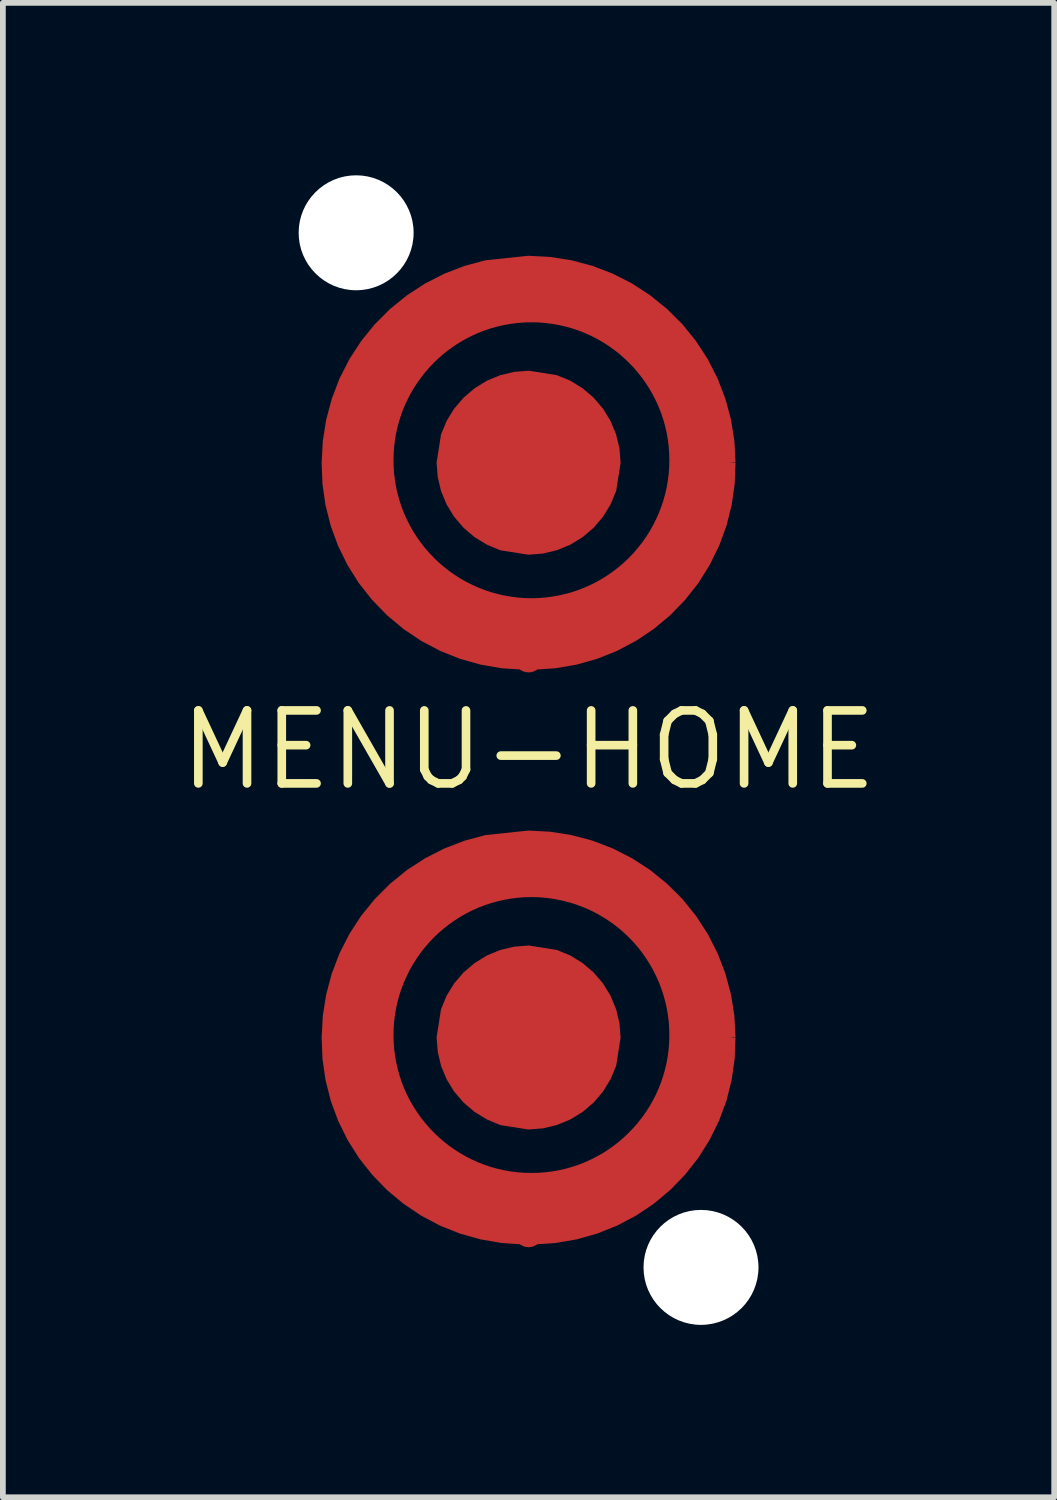
<source format=kicad_pcb>
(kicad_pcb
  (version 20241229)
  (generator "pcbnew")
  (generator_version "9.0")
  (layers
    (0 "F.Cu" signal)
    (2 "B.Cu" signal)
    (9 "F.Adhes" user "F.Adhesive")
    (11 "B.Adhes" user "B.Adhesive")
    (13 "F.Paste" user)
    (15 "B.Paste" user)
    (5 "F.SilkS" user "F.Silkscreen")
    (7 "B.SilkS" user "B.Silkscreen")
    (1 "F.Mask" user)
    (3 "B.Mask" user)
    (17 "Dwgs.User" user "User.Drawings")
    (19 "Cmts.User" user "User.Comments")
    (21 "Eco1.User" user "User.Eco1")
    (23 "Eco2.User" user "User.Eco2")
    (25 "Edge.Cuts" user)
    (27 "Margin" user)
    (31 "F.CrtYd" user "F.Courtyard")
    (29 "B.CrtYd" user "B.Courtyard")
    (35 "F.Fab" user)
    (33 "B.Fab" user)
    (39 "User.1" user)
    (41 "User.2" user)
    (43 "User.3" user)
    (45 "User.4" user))
  (footprint "MENU-HOME"
    (layer "F.Cu")
    (at 6.146 10)
    (property "Reference" "MENU-HOME" (at 0 0 0) (layer "F.SilkS") (effects (font (size 1.27 1.27) (thickness 0.15))))
    (fp_poly (pts (xy 0.402 -9.08) (xy 0.8 -9.021) (xy 1.19 -8.924) (xy 1.569 -8.788) (xy 1.933 -8.616) (xy 2.278 -8.409) (xy 2.601 -8.169) (xy 2.899 -7.899) (xy 3.169 -7.601) (xy 3.409 -7.278) (xy 3.616 -6.933) (xy 3.788 -6.569) (xy 3.924 -6.19) (xy 4.022 -5.798) (xy 4.1 -5.002) (xy 4.08 -4.598) (xy 4.021 -4.2) (xy 3.924 -3.81) (xy 3.788 -3.431) (xy 3.616 -3.067) (xy 3.409 -2.722) (xy 3.169 -2.399) (xy 2.899 -2.101) (xy 2.601 -1.831) (xy 2.278 -1.591) (xy 1.933 -1.384) (xy 1.569 -1.212) (xy 1.19 -1.076) (xy 0.798 -0.978) (xy 0.002 -0.9) (xy -0.402 -0.92) (xy -0.8 -0.979) (xy -1.19 -1.076) (xy -1.569 -1.212) (xy -1.933 -1.384) (xy -2.278 -1.591) (xy -2.601 -1.831) (xy -2.899 -2.101) (xy -3.169 -2.399) (xy -3.409 -2.722) (xy -3.616 -3.067) (xy -3.788 -3.431) (xy -3.924 -3.81) (xy -4.022 -4.202) (xy -4.1 -4.998) (xy -4.08 -5.402) (xy -4.021 -5.8) (xy -3.924 -6.19) (xy -3.788 -6.569) (xy -3.616 -6.933) (xy -3.409 -7.278) (xy -3.169 -7.601) (xy -2.899 -7.899) (xy -2.601 -8.169) (xy -2.278 -8.409) (xy -1.933 -8.616) (xy -1.569 -8.788) (xy -1.19 -8.924) (xy -0.798 -9.022) (xy -0.002 -9.1)) (stroke (width 0) (type default)) (fill yes) (layer "F.Mask"))
    (fp_poly (pts (xy 0.402 0.92) (xy 0.8 0.979) (xy 1.19 1.076) (xy 1.569 1.212) (xy 1.933 1.384) (xy 2.278 1.591) (xy 2.601 1.831) (xy 2.899 2.101) (xy 3.169 2.399) (xy 3.409 2.722) (xy 3.616 3.067) (xy 3.788 3.431) (xy 3.924 3.81) (xy 4.022 4.202) (xy 4.1 4.998) (xy 4.08 5.402) (xy 4.021 5.8) (xy 3.924 6.19) (xy 3.788 6.569) (xy 3.616 6.933) (xy 3.409 7.278) (xy 3.169 7.601) (xy 2.899 7.899) (xy 2.601 8.169) (xy 2.278 8.409) (xy 1.933 8.616) (xy 1.569 8.788) (xy 1.19 8.924) (xy 0.798 9.022) (xy 0.002 9.1) (xy -0.402 9.08) (xy -0.8 9.021) (xy -1.19 8.924) (xy -1.569 8.788) (xy -1.933 8.616) (xy -2.278 8.409) (xy -2.601 8.169) (xy -2.899 7.899) (xy -3.169 7.601) (xy -3.409 7.278) (xy -3.616 6.933) (xy -3.788 6.569) (xy -3.924 6.19) (xy -4.022 5.798) (xy -4.1 5.002) (xy -4.08 4.598) (xy -4.021 4.2) (xy -3.924 3.81) (xy -3.788 3.431) (xy -3.616 3.067) (xy -3.409 2.722) (xy -3.169 2.399) (xy -2.899 2.101) (xy -2.601 1.831) (xy -2.278 1.591) (xy -1.933 1.384) (xy -1.569 1.212) (xy -1.19 1.076) (xy -0.798 0.978) (xy -0.002 0.9)) (stroke (width 0) (type default)) (fill yes) (layer "F.Mask"))
    (pad "" np_thru_hole circle (at -3 -9) (size 2 2) (drill 2) (layers "*.Cu" "*.Mask"))
    (pad "" np_thru_hole circle (at 3 9) (size 2 2) (drill 2) (layers "*.Cu" "*.Mask"))
    (pad "GND3" smd custom (at 0 -1.6 90) (size 0.5 0.5) (layers "F.Cu" "F.Mask") (options (anchor circle)) (primitives (gr_poly (pts (xy -0.25 0) (xy -0.231 -0.096) (xy -0.177 -0.177) (xy -0.096 -0.231) (xy 0 -0.25) (xy 0.096 -0.231) (xy 0.177 -0.177) (xy 0.231 -0.096) (xy 0.25 0) (xy 0.231 0.096) (xy 0.177 0.177) (xy 0.096 0.231) (xy 0 0.25) (xy -0.096 0.231) (xy -0.177 0.177) (xy -0.231 0.096) (xy -0.25 0)) (width 0) (fill yes)) (gr_poly (pts (xy 3.776 -3.58) (xy 4.148 -3.521) (xy 4.512 -3.424) (xy 4.864 -3.289) (xy 5.2 -3.118) (xy 5.516 -2.913) (xy 5.809 -2.675) (xy 6.075 -2.409) (xy 6.312 -2.116) (xy 6.518 -1.8) (xy 6.689 -1.464) (xy 6.824 -1.113) (xy 6.922 -0.746) (xy 7 -0.003) (xy 6.98 0.376) (xy 6.921 0.749) (xy 6.824 1.113) (xy 6.689 1.464) (xy 6.518 1.8) (xy 6.312 2.116) (xy 6.075 2.409) (xy 5.809 2.676) (xy 5.516 2.913) (xy 5.2 3.118) (xy 4.864 3.289) (xy 4.512 3.424) (xy 4.148 3.522) (xy 3.776 3.581) (xy 3.405 3.6) (xy 3.4 3.5) (xy 3.396 3.6) (xy 3.03 3.586) (xy 2.662 3.533) (xy 2.302 3.443) (xy 1.953 3.314) (xy 1.619 3.15) (xy 1.304 2.953) (xy 1.013 2.723) (xy 0.746 2.464) (xy 0.508 2.179) (xy 0.301 1.87) (xy 0.127 1.541) (xy -0.011 1.196) (xy -0.112 0.839) (xy -0.176 0.472) (xy -0.204 0.05) (xy 1.042 0.05) (xy 1.045 0.169) (xy 1.054 0.287) (xy 1.069 0.404) (xy 1.089 0.52) (xy 1.115 0.635) (xy 1.146 0.748) (xy 1.183 0.859) (xy 1.225 0.968) (xy 1.273 1.075) (xy 1.325 1.18) (xy 1.383 1.282) (xy 1.446 1.381) (xy 1.514 1.477) (xy 1.586 1.571) (xy 1.664 1.66) (xy 1.746 1.747) (xy 1.832 1.829) (xy 1.922 1.906) (xy 2.015 1.979) (xy 2.111 2.046) (xy 2.211 2.109) (xy 2.313 2.167) (xy 2.417 2.219) (xy 2.524 2.267) (xy 2.634 2.309) (xy 2.745 2.346) (xy 2.858 2.377) (xy 2.972 2.403) (xy 3.089 2.423) (xy 3.206 2.438) (xy 3.324 2.446) (xy 3.443 2.449) (xy 3.567 2.446) (xy 3.688 2.437) (xy 3.808 2.422) (xy 3.927 2.401) (xy 4.043 2.374) (xy 4.157 2.341) (xy 4.268 2.304) (xy 4.377 2.261) (xy 4.483 2.213) (xy 4.587 2.16) (xy 4.687 2.102) (xy 4.785 2.039) (xy 4.879 1.973) (xy 4.969 1.901) (xy 5.057 1.826) (xy 5.14 1.746) (xy 5.219 1.663) (xy 5.295 1.576) (xy 5.366 1.485) (xy 5.433 1.391) (xy 5.495 1.294) (xy 5.553 1.193) (xy 5.606 1.09) (xy 5.654 0.984) (xy 5.697 0.875) (xy 5.735 0.763) (xy 5.767 0.649) (xy 5.794 0.533) (xy 5.815 0.415) (xy 5.83 0.295) (xy 5.84 0.173) (xy 5.843 0.05) (xy 5.84 -0.074) (xy 5.83 -0.196) (xy 5.815 -0.316) (xy 5.794 -0.434) (xy 5.767 -0.55) (xy 5.735 -0.664) (xy 5.697 -0.776) (xy 5.654 -0.885) (xy 5.606 -0.991) (xy 5.553 -1.094) (xy 5.495 -1.195) (xy 5.433 -1.292) (xy 5.366 -1.386) (xy 5.295 -1.477) (xy 5.219 -1.564) (xy 5.14 -1.647) (xy 5.056 -1.727) (xy 4.969 -1.802) (xy 4.879 -1.873) (xy 4.785 -1.94) (xy 4.687 -2.003) (xy 4.587 -2.061) (xy 4.483 -2.114) (xy 4.377 -2.162) (xy 4.268 -2.205) (xy 4.156 -2.242) (xy 4.043 -2.275) (xy 3.927 -2.302) (xy 3.808 -2.323) (xy 3.688 -2.338) (xy 3.566 -2.347) (xy 3.443 -2.35) (xy 3.443 -2.35) (xy 3.324 -2.347) (xy 3.205 -2.339) (xy 3.088 -2.324) (xy 2.972 -2.304) (xy 2.858 -2.278) (xy 2.745 -2.247) (xy 2.633 -2.21) (xy 2.524 -2.168) (xy 2.417 -2.12) (xy 2.312 -2.068) (xy 2.21 -2.01) (xy 2.111 -1.947) (xy 2.015 -1.879) (xy 1.922 -1.807) (xy 1.832 -1.729) (xy 1.746 -1.647) (xy 1.663 -1.561) (xy 1.586 -1.471) (xy 1.513 -1.378) (xy 1.446 -1.282) (xy 1.383 -1.183) (xy 1.325 -1.08) (xy 1.273 -0.976) (xy 1.225 -0.869) (xy 1.183 -0.76) (xy 1.146 -0.648) (xy 1.115 -0.535) (xy 1.089 -0.421) (xy 1.069 -0.305) (xy 1.054 -0.188) (xy 1.045 -0.069) (xy 1.042 0.05) (xy -0.204 0.05) (xy -0.207 -0.000047) (xy -0.1 -0.000047) (xy -0.1 -0.1) (xy -0.2 -0.106) (xy -0.176 -0.472) (xy -0.112 -0.838) (xy -0.011 -1.196) (xy 0.127 -1.541) (xy 0.301 -1.87) (xy 0.508 -2.178) (xy 0.746 -2.463) (xy 1.013 -2.722) (xy 1.304 -2.952) (xy 1.619 -3.15) (xy 1.953 -3.314) (xy 2.302 -3.442) (xy 2.662 -3.533) (xy 3.03 -3.586) (xy 3.4 -3.6)) (width 0) (fill yes))))
    (pad "GND4" smd custom (at 0 8.4 90) (size 0.5 0.5) (layers "F.Cu" "F.Mask") (options (anchor circle)) (primitives (gr_poly (pts (xy -0.25 0) (xy -0.231 -0.096) (xy -0.177 -0.177) (xy -0.096 -0.231) (xy 0 -0.25) (xy 0.096 -0.231) (xy 0.177 -0.177) (xy 0.231 -0.096) (xy 0.25 0) (xy 0.231 0.096) (xy 0.177 0.177) (xy 0.096 0.231) (xy 0 0.25) (xy -0.096 0.231) (xy -0.177 0.177) (xy -0.231 0.096) (xy -0.25 0)) (width 0) (fill yes)) (gr_poly (pts (xy 3.776 -3.58) (xy 4.148 -3.521) (xy 4.512 -3.424) (xy 4.864 -3.289) (xy 5.2 -3.118) (xy 5.516 -2.913) (xy 5.809 -2.675) (xy 6.075 -2.409) (xy 6.313 -2.116) (xy 6.518 -1.8) (xy 6.689 -1.464) (xy 6.824 -1.113) (xy 6.922 -0.746) (xy 7 -0.003) (xy 6.98 0.376) (xy 6.921 0.749) (xy 6.824 1.113) (xy 6.689 1.464) (xy 6.518 1.8) (xy 6.313 2.116) (xy 6.075 2.409) (xy 5.809 2.676) (xy 5.516 2.913) (xy 5.2 3.118) (xy 4.864 3.289) (xy 4.512 3.424) (xy 4.148 3.522) (xy 3.776 3.581) (xy 3.405 3.6) (xy 3.4 3.5) (xy 3.396 3.6) (xy 3.03 3.586) (xy 2.662 3.533) (xy 2.301 3.443) (xy 1.953 3.314) (xy 1.619 3.15) (xy 1.305 2.953) (xy 1.013 2.723) (xy 0.746 2.464) (xy 0.508 2.179) (xy 0.301 1.87) (xy 0.127 1.541) (xy -0.011 1.196) (xy -0.112 0.839) (xy -0.175 0.472) (xy -0.204 0.05) (xy 1.043 0.05) (xy 1.046 0.173) (xy 1.055 0.295) (xy 1.07 0.415) (xy 1.091 0.533) (xy 1.118 0.649) (xy 1.151 0.763) (xy 1.188 0.875) (xy 1.231 0.984) (xy 1.279 1.09) (xy 1.332 1.193) (xy 1.39 1.294) (xy 1.452 1.391) (xy 1.519 1.485) (xy 1.591 1.576) (xy 1.666 1.663) (xy 1.746 1.746) (xy 1.829 1.826) (xy 1.916 1.901) (xy 2.007 1.973) (xy 2.101 2.04) (xy 2.198 2.102) (xy 2.299 2.16) (xy 2.402 2.213) (xy 2.508 2.261) (xy 2.617 2.304) (xy 2.729 2.341) (xy 2.843 2.374) (xy 2.959 2.401) (xy 3.077 2.422) (xy 3.197 2.437) (xy 3.319 2.446) (xy 3.443 2.449) (xy 3.562 2.446) (xy 3.68 2.438) (xy 3.797 2.423) (xy 3.913 2.403) (xy 4.028 2.377) (xy 4.141 2.346) (xy 4.252 2.309) (xy 4.361 2.267) (xy 4.468 2.219) (xy 4.573 2.167) (xy 4.675 2.109) (xy 4.774 2.046) (xy 4.871 1.979) (xy 4.964 1.906) (xy 5.054 1.829) (xy 5.14 1.747) (xy 5.222 1.66) (xy 5.299 1.571) (xy 5.372 1.477) (xy 5.44 1.381) (xy 5.502 1.282) (xy 5.56 1.18) (xy 5.613 1.075) (xy 5.66 0.968) (xy 5.702 0.859) (xy 5.739 0.748) (xy 5.77 0.635) (xy 5.796 0.52) (xy 5.816 0.404) (xy 5.831 0.287) (xy 5.84 0.169) (xy 5.843 0.05) (xy 5.84 -0.069) (xy 5.831 -0.188) (xy 5.816 -0.305) (xy 5.796 -0.421) (xy 5.77 -0.535) (xy 5.739 -0.648) (xy 5.702 -0.76) (xy 5.66 -0.869) (xy 5.613 -0.976) (xy 5.56 -1.081) (xy 5.502 -1.183) (xy 5.439 -1.282) (xy 5.372 -1.378) (xy 5.299 -1.471) (xy 5.222 -1.561) (xy 5.14 -1.648) (xy 5.053 -1.73) (xy 4.964 -1.807) (xy 4.87 -1.88) (xy 4.774 -1.947) (xy 4.675 -2.01) (xy 4.573 -2.068) (xy 4.468 -2.12) (xy 4.361 -2.168) (xy 4.252 -2.21) (xy 4.141 -2.247) (xy 4.027 -2.278) (xy 3.913 -2.304) (xy 3.797 -2.324) (xy 3.68 -2.339) (xy 3.561 -2.347) (xy 3.442 -2.35) (xy 3.442 -2.35) (xy 3.319 -2.347) (xy 3.197 -2.338) (xy 3.077 -2.323) (xy 2.959 -2.301) (xy 2.843 -2.275) (xy 2.729 -2.242) (xy 2.617 -2.205) (xy 2.508 -2.162) (xy 2.402 -2.114) (xy 2.298 -2.061) (xy 2.198 -2.003) (xy 2.101 -1.94) (xy 2.006 -1.873) (xy 1.916 -1.802) (xy 1.829 -1.727) (xy 1.745 -1.647) (xy 1.666 -1.564) (xy 1.591 -1.477) (xy 1.519 -1.386) (xy 1.452 -1.292) (xy 1.39 -1.195) (xy 1.332 -1.094) (xy 1.279 -0.991) (xy 1.231 -0.884) (xy 1.188 -0.775) (xy 1.15 -0.664) (xy 1.118 -0.55) (xy 1.091 -0.434) (xy 1.07 -0.316) (xy 1.055 -0.196) (xy 1.046 -0.074) (xy 1.043 0.05) (xy -0.204 0.05) (xy -0.207 -0.000047) (xy -0.1 -0.000047) (xy -0.1 -0.1) (xy -0.2 -0.106) (xy -0.175 -0.472) (xy -0.112 -0.838) (xy -0.011 -1.196) (xy 0.127 -1.541) (xy 0.301 -1.87) (xy 0.508 -2.178) (xy 0.746 -2.463) (xy 1.013 -2.722) (xy 1.305 -2.952) (xy 1.619 -3.15) (xy 1.953 -3.314) (xy 2.301 -3.442) (xy 2.662 -3.533) (xy 3.03 -3.586) (xy 3.401 -3.6)) (width 0) (fill yes)) (gr_poly (pts (xy 0.3 0.473) (xy 0.3 -0.473) (xy 0.537 -0.063) (xy 0.537 0.063)) (width 0) (fill yes))))
    (pad "HOME" smd custom (at 0 5 90) (size 0.5 0.5) (layers "F.Cu" "F.Mask") (options (anchor circle)) (primitives (gr_poly (pts (xy -0.25 0) (xy -0.231 -0.096) (xy -0.177 -0.177) (xy -0.096 -0.231) (xy 0 -0.25) (xy 0.096 -0.231) (xy 0.177 -0.177) (xy 0.231 -0.096) (xy 0.25 0) (xy 0.231 0.096) (xy 0.177 0.177) (xy 0.096 0.231) (xy 0 0.25) (xy -0.096 0.231) (xy -0.177 0.177) (xy -0.231 0.096) (xy -0.25 0)) (width 0) (fill yes)) (gr_poly (pts (xy 0.491 -1.523) (xy 0.726 -1.426) (xy 0.94 -1.295) (xy 1.131 -1.131) (xy 1.294 -0.94) (xy 1.426 -0.726) (xy 1.522 -0.494) (xy 1.58 -0.25) (xy 1.6 0.004) (xy 1.523 0.491) (xy 1.426 0.727) (xy 1.294 0.941) (xy 1.131 1.132) (xy 0.94 1.295) (xy 0.726 1.426) (xy 0.494 1.522) (xy 0.25 1.581) (xy -0.004 1.601) (xy -0.491 1.524) (xy -0.727 1.426) (xy -0.941 1.295) (xy -1.132 1.132) (xy -1.295 0.941) (xy -1.426 0.727) (xy -1.522 0.495) (xy -1.581 0.25) (xy -1.601 -0.004) (xy -1.524 -0.491) (xy -1.426 -0.726) (xy -1.295 -0.94) (xy -1.132 -1.131) (xy -0.941 -1.295) (xy -0.727 -1.426) (xy -0.495 -1.522) (xy -0.251 -1.58) (xy 0.004 -1.6)) (width 0) (fill yes))))
    (pad "MENU" smd custom (at 0 -5 90) (size 0.5 0.5) (layers "F.Cu" "F.Mask") (options (anchor circle)) (primitives (gr_poly (pts (xy -0.25 0) (xy -0.231 -0.096) (xy -0.177 -0.177) (xy -0.096 -0.231) (xy 0 -0.25) (xy 0.096 -0.231) (xy 0.177 -0.177) (xy 0.231 -0.096) (xy 0.25 0) (xy 0.231 0.096) (xy 0.177 0.177) (xy 0.096 0.231) (xy 0 0.25) (xy -0.096 0.231) (xy -0.177 0.177) (xy -0.231 0.096) (xy -0.25 0)) (width 0) (fill yes)) (gr_poly (pts (xy 0.491 -1.523) (xy 0.726 -1.426) (xy 0.94 -1.295) (xy 1.131 -1.131) (xy 1.294 -0.94) (xy 1.426 -0.726) (xy 1.522 -0.494) (xy 1.58 -0.25) (xy 1.6 0.004) (xy 1.523 0.491) (xy 1.426 0.727) (xy 1.294 0.941) (xy 1.131 1.132) (xy 0.94 1.295) (xy 0.726 1.426) (xy 0.494 1.522) (xy 0.25 1.581) (xy -0.004 1.601) (xy -0.491 1.524) (xy -0.727 1.426) (xy -0.941 1.295) (xy -1.132 1.132) (xy -1.295 0.941) (xy -1.426 0.727) (xy -1.522 0.495) (xy -1.581 0.25) (xy -1.6 0.004) (xy -1.6 -0.008) (xy -1.524 -0.491) (xy -1.426 -0.726) (xy -1.295 -0.94) (xy -1.132 -1.131) (xy -0.941 -1.295) (xy -0.727 -1.426) (xy -0.495 -1.522) (xy -0.251 -1.58) (xy 0.004 -1.6)) (width 0) (fill yes))))
    (zone (net_name "") (layer "F.Cu") (hatch edge 0.5) (connect_pads) (min_thickness 0.25) (filled_areas_thickness no) (keepout (tracks not_allowed) (vias allowed) (pads allowed) (copperpour not_allowed) (footprints allowed)) (placement (enabled no)) (fill) (polygon (pts (xy 10.696 5) (xy 10.676 4.574) (xy 10.616 4.152) (xy 10.517 3.737) (xy 10.379 3.333) (xy 10.205 2.944) (xy 9.994 2.573) (xy 9.75 2.223) (xy 9.474 1.898) (xy 9.169 1.6) (xy 8.837 1.332) (xy 8.482 1.096) (xy 8.106 0.894) (xy 7.713 0.728) (xy 7.306 0.6) (xy 6.889 0.511) (xy 6.465 0.461) (xy 6.039 0.451) (xy 5.613 0.481) (xy 5.193 0.551) (xy 4.78 0.66) (xy 4.38 0.807) (xy 3.995 0.99) (xy 3.629 1.209) (xy 3.285 1.462) (xy 2.966 1.745) (xy 2.675 2.057) (xy 2.415 2.395) (xy 2.188 2.756) (xy 1.995 3.136) (xy 1.839 3.533) (xy 1.72 3.943) (xy 1.641 4.362) (xy 1.601 4.787) (xy 1.601 5.213) (xy 1.641 5.638) (xy 1.72 6.057) (xy 1.839 6.467) (xy 1.995 6.864) (xy 2.188 7.244) (xy 2.415 7.605) (xy 2.675 7.943) (xy 2.966 8.255) (xy 3.285 8.538) (xy 3.629 8.791) (xy 3.995 9.01) (xy 4.38 9.193) (xy 4.78 9.34) (xy 5.193 9.449) (xy 5.613 9.519) (xy 6.039 9.549) (xy 6.465 9.539) (xy 6.889 9.489) (xy 7.306 9.4) (xy 7.713 9.272) (xy 8.106 9.106) (xy 8.482 8.904) (xy 8.837 8.668) (xy 9.169 8.4) (xy 9.474 8.102) (xy 9.75 7.777) (xy 9.994 7.427) (xy 10.205 7.056) (xy 10.379 6.667) (xy 10.517 6.263) (xy 10.616 5.848) (xy 10.676 5.426))) (polygon (pts (xy 9.996 5) (xy 9.976 4.611) (xy 9.917 4.225) (xy 9.819 3.847) (xy 9.684 3.482) (xy 9.512 3.132) (xy 9.306 2.801) (xy 9.067 2.492) (xy 8.798 2.21) (xy 8.502 1.956) (xy 8.182 1.733) (xy 7.841 1.543) (xy 7.483 1.39) (xy 7.111 1.273) (xy 6.729 1.194) (xy 6.341 1.155) (xy 5.951 1.155) (xy 5.563 1.194) (xy 5.181 1.273) (xy 4.808 1.39) (xy 4.45 1.543) (xy 4.109 1.733) (xy 3.789 1.956) (xy 3.493 2.21) (xy 3.224 2.492) (xy 2.986 2.801) (xy 2.779 3.132) (xy 2.608 3.482) (xy 2.472 3.847) (xy 2.374 4.225) (xy 2.315 4.611) (xy 2.296 5) (xy 2.315 5.389) (xy 2.374 5.775) (xy 2.472 6.153) (xy 2.608 6.518) (xy 2.779 6.868) (xy 2.986 7.199) (xy 3.224 7.508) (xy 3.493 7.79) (xy 3.789 8.044) (xy 4.109 8.267) (xy 4.45 8.457) (xy 4.808 8.61) (xy 5.181 8.727) (xy 5.563 8.806) (xy 5.951 8.845) (xy 6.341 8.845) (xy 6.729 8.806) (xy 7.111 8.727) (xy 7.483 8.61) (xy 7.841 8.457) (xy 8.182 8.267) (xy 8.502 8.044) (xy 8.798 7.79) (xy 9.067 7.508) (xy 9.306 7.199) (xy 9.512 6.868) (xy 9.684 6.518) (xy 9.819 6.153) (xy 9.917 5.775) (xy 9.976 5.389))))
    (zone (net_name "") (layer "F.Cu") (hatch edge 0.5) (connect_pads) (min_thickness 0.25) (filled_areas_thickness no) (keepout (tracks not_allowed) (vias allowed) (pads allowed) (copperpour not_allowed) (footprints allowed)) (placement (enabled no)) (fill) (polygon (pts (xy 10.696 15) (xy 10.676 14.574) (xy 10.616 14.152) (xy 10.517 13.737) (xy 10.379 13.333) (xy 10.205 12.944) (xy 9.994 12.573) (xy 9.75 12.223) (xy 9.474 11.898) (xy 9.169 11.6) (xy 8.837 11.332) (xy 8.482 11.096) (xy 8.106 10.894) (xy 7.713 10.728) (xy 7.306 10.6) (xy 6.889 10.511) (xy 6.465 10.461) (xy 6.039 10.451) (xy 5.613 10.481) (xy 5.193 10.551) (xy 4.78 10.66) (xy 4.38 10.807) (xy 3.995 10.99) (xy 3.629 11.209) (xy 3.285 11.462) (xy 2.966 11.745) (xy 2.675 12.057) (xy 2.415 12.395) (xy 2.188 12.756) (xy 1.995 13.136) (xy 1.839 13.533) (xy 1.72 13.943) (xy 1.641 14.362) (xy 1.601 14.787) (xy 1.601 15.213) (xy 1.641 15.638) (xy 1.72 16.057) (xy 1.839 16.467) (xy 1.995 16.864) (xy 2.188 17.244) (xy 2.415 17.605) (xy 2.675 17.943) (xy 2.966 18.255) (xy 3.285 18.538) (xy 3.629 18.791) (xy 3.995 19.01) (xy 4.38 19.193) (xy 4.78 19.34) (xy 5.193 19.449) (xy 5.613 19.519) (xy 6.039 19.549) (xy 6.465 19.539) (xy 6.889 19.489) (xy 7.306 19.4) (xy 7.713 19.272) (xy 8.106 19.106) (xy 8.482 18.904) (xy 8.837 18.668) (xy 9.169 18.4) (xy 9.474 18.102) (xy 9.75 17.777) (xy 9.994 17.427) (xy 10.205 17.056) (xy 10.379 16.667) (xy 10.517 16.263) (xy 10.616 15.848) (xy 10.676 15.426))) (polygon (pts (xy 9.996 15) (xy 9.976 14.611) (xy 9.917 14.225) (xy 9.819 13.847) (xy 9.684 13.482) (xy 9.512 13.132) (xy 9.306 12.801) (xy 9.067 12.492) (xy 8.798 12.21) (xy 8.502 11.956) (xy 8.182 11.733) (xy 7.841 11.543) (xy 7.483 11.39) (xy 7.111 11.273) (xy 6.729 11.194) (xy 6.341 11.155) (xy 5.951 11.155) (xy 5.563 11.194) (xy 5.181 11.273) (xy 4.808 11.39) (xy 4.45 11.543) (xy 4.109 11.733) (xy 3.789 11.956) (xy 3.493 12.21) (xy 3.224 12.492) (xy 2.986 12.801) (xy 2.779 13.132) (xy 2.608 13.482) (xy 2.472 13.847) (xy 2.374 14.225) (xy 2.315 14.611) (xy 2.296 15) (xy 2.315 15.389) (xy 2.374 15.775) (xy 2.472 16.153) (xy 2.608 16.518) (xy 2.779 16.868) (xy 2.986 17.199) (xy 3.224 17.508) (xy 3.493 17.79) (xy 3.789 18.044) (xy 4.109 18.267) (xy 4.45 18.457) (xy 4.808 18.61) (xy 5.181 18.727) (xy 5.563 18.806) (xy 5.951 18.845) (xy 6.341 18.845) (xy 6.729 18.806) (xy 7.111 18.727) (xy 7.483 18.61) (xy 7.841 18.457) (xy 8.182 18.267) (xy 8.502 18.044) (xy 8.798 17.79) (xy 9.067 17.508) (xy 9.306 17.199) (xy 9.512 16.868) (xy 9.684 16.518) (xy 9.819 16.153) (xy 9.917 15.775) (xy 9.976 15.389)))))
  (gr_rect
    (start -3 -3)
    (end 15.291 23)
    (stroke (width 0.1) (type default))
    (fill no)
    (layer "Edge.Cuts")))
</source>
